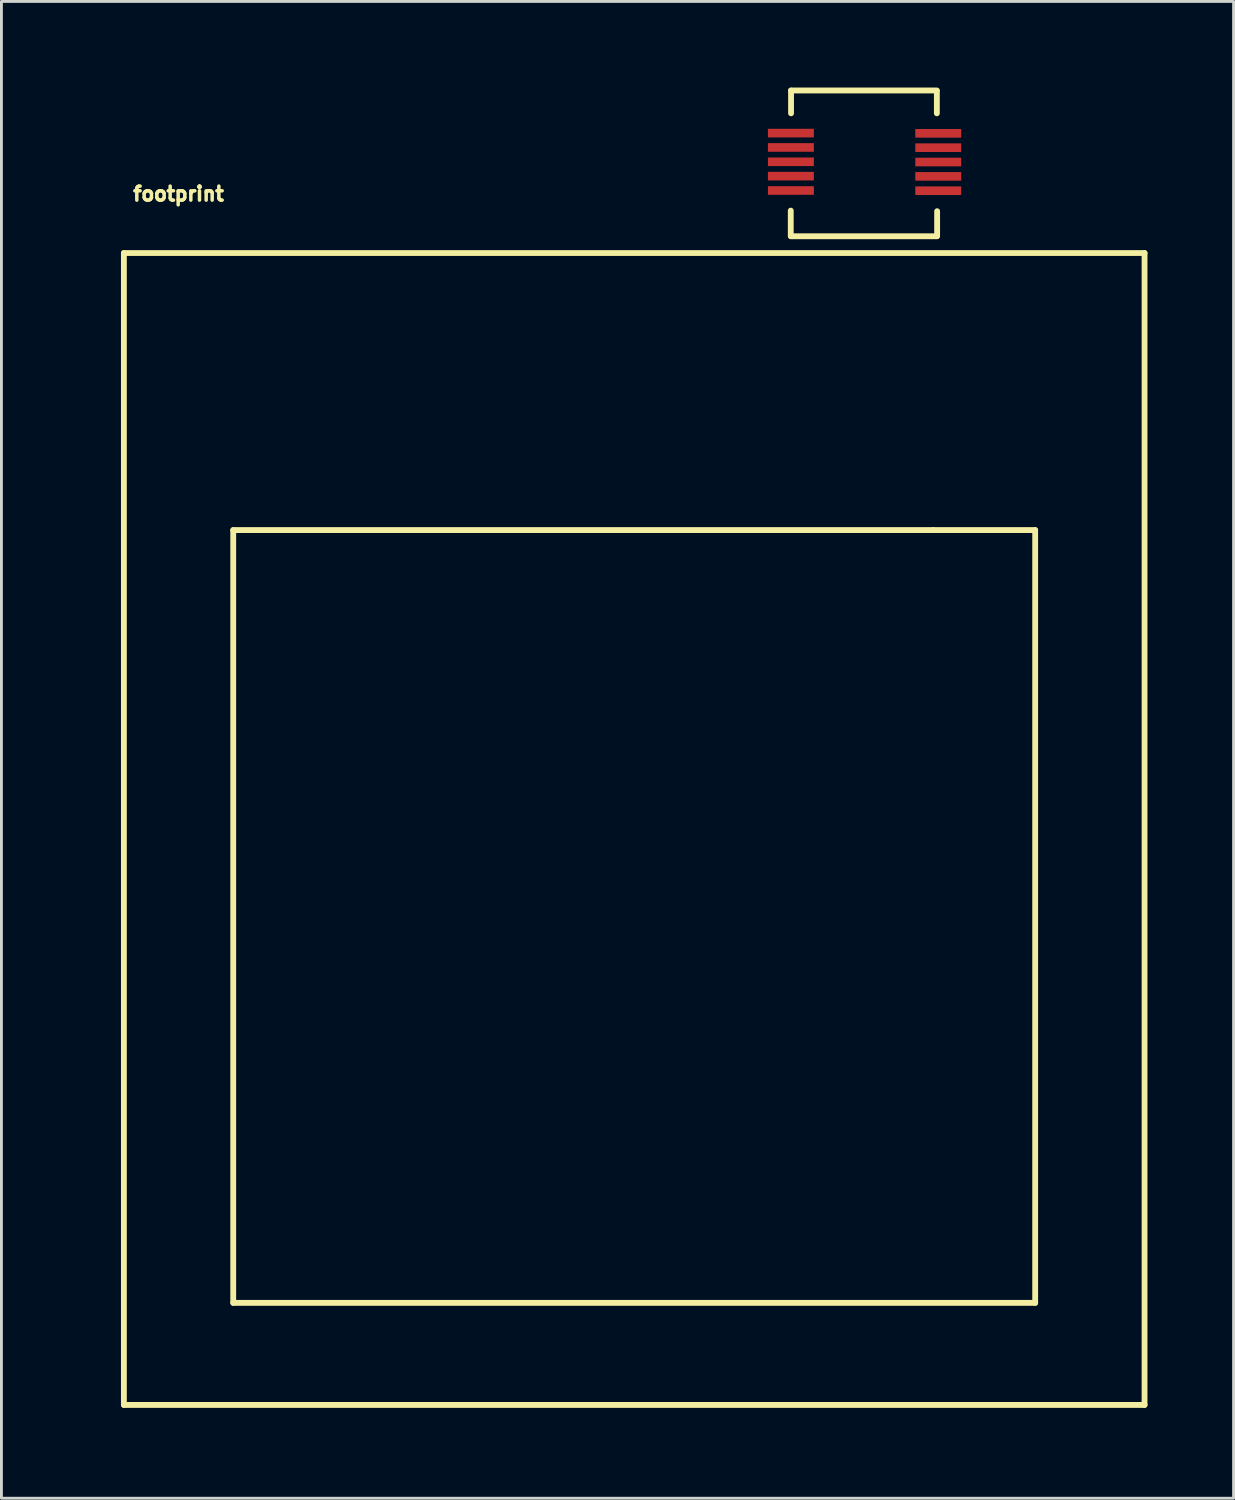
<source format=kicad_pcb>
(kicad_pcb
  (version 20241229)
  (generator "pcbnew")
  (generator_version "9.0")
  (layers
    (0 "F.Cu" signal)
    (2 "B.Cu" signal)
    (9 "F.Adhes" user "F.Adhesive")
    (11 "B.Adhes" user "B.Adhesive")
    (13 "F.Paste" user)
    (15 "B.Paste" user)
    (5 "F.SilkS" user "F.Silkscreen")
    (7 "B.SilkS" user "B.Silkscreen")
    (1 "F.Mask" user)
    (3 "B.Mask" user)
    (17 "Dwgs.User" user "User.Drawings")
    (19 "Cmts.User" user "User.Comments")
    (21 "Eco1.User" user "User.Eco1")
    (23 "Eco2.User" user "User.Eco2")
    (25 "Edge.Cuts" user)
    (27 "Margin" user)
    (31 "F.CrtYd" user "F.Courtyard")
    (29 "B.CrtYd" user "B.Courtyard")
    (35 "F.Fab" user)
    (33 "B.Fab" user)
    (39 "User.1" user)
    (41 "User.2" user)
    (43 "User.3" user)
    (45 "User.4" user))
  (footprint "footprint"
    (layer "F.Cu")
    (at 0.25 45.898)
    (property "Reference" "footprint" (at 1.27 -41.91 0) (layer "F.SilkS") (effects (font (size 0.488 0.488) (thickness 0.122)) (justify left bottom)))
    (fp_line (start 1.016 -40.132) (end 36.576 -40.132) (stroke (width 0.203) (type solid)) (layer "F.SilkS"))
    (fp_line (start 1.016 0) (end 1.016 -40.132) (stroke (width 0.203) (type solid)) (layer "F.SilkS"))
    (fp_line (start 4.826 -30.48) (end 4.826 -3.556) (stroke (width 0.203) (type solid)) (layer "F.SilkS"))
    (fp_line (start 4.826 -30.48) (end 29.21 -30.48) (stroke (width 0.203) (type solid)) (layer "F.SilkS"))
    (fp_line (start 4.826 -3.556) (end 32.766 -3.556) (stroke (width 0.203) (type solid)) (layer "F.SilkS"))
    (fp_line (start 24.25 -40.72) (end 24.25 -41.61) (stroke (width 0.203) (type solid)) (layer "F.SilkS"))
    (fp_line (start 24.257 -45.796) (end 29.337 -45.796) (stroke (width 0.203) (type solid)) (layer "F.SilkS"))
    (fp_line (start 24.26 -45.79) (end 24.26 -45) (stroke (width 0.203) (type solid)) (layer "F.SilkS"))
    (fp_line (start 28.956 -30.48) (end 29.21 -30.48) (stroke (width 0.127) (type solid)) (layer "F.SilkS"))
    (fp_line (start 29.21 -30.48) (end 32.766 -30.48) (stroke (width 0.203) (type solid)) (layer "F.SilkS"))
    (fp_line (start 29.337 -40.716) (end 24.257 -40.716) (stroke (width 0.203) (type solid)) (layer "F.SilkS"))
    (fp_line (start 29.34 -45.78) (end 29.34 -45) (stroke (width 0.203) (type solid)) (layer "F.SilkS"))
    (fp_line (start 29.35 -40.72) (end 29.35 -41.59) (stroke (width 0.203) (type solid)) (layer "F.SilkS"))
    (fp_line (start 32.766 -30.48) (end 32.766 -3.556) (stroke (width 0.203) (type solid)) (layer "F.SilkS"))
    (fp_line (start 36.576 -40.132) (end 36.576 0) (stroke (width 0.203) (type solid)) (layer "F.SilkS"))
    (fp_line (start 36.576 0) (end 1.016 0) (stroke (width 0.203) (type solid)) (layer "F.SilkS"))
    (pad "1" smd rect (at 24.255 -44.311 90) (size 0.3 1.6) (layers "F.Cu" "F.Mask" "F.Paste"))
    (pad "2" smd rect (at 24.255 -43.811 90) (size 0.3 1.6) (layers "F.Cu" "F.Mask" "F.Paste"))
    (pad "3" smd rect (at 24.255 -43.311 90) (size 0.3 1.6) (layers "F.Cu" "F.Mask" "F.Paste"))
    (pad "4" smd rect (at 24.255 -42.811 90) (size 0.3 1.6) (layers "F.Cu" "F.Mask" "F.Paste"))
    (pad "5" smd rect (at 24.255 -42.311 90) (size 0.3 1.6) (layers "F.Cu" "F.Mask" "F.Paste"))
    (pad "6" smd rect (at 29.389 -42.303 270) (size 0.3 1.6) (layers "F.Cu" "F.Mask" "F.Paste"))
    (pad "7" smd rect (at 29.389 -42.803 270) (size 0.3 1.6) (layers "F.Cu" "F.Mask" "F.Paste"))
    (pad "8" smd rect (at 29.389 -43.303 270) (size 0.3 1.6) (layers "F.Cu" "F.Mask" "F.Paste"))
    (pad "9" smd rect (at 29.389 -43.803 270) (size 0.3 1.6) (layers "F.Cu" "F.Mask" "F.Paste"))
    (pad "10" smd rect (at 29.389 -44.303 270) (size 0.3 1.6) (layers "F.Cu" "F.Mask" "F.Paste")))
  (gr_rect
    (start -3 -3)
    (end 39.928 49.148)
    (stroke (width 0.1) (type default))
    (fill no)
    (layer "Edge.Cuts")))
</source>
